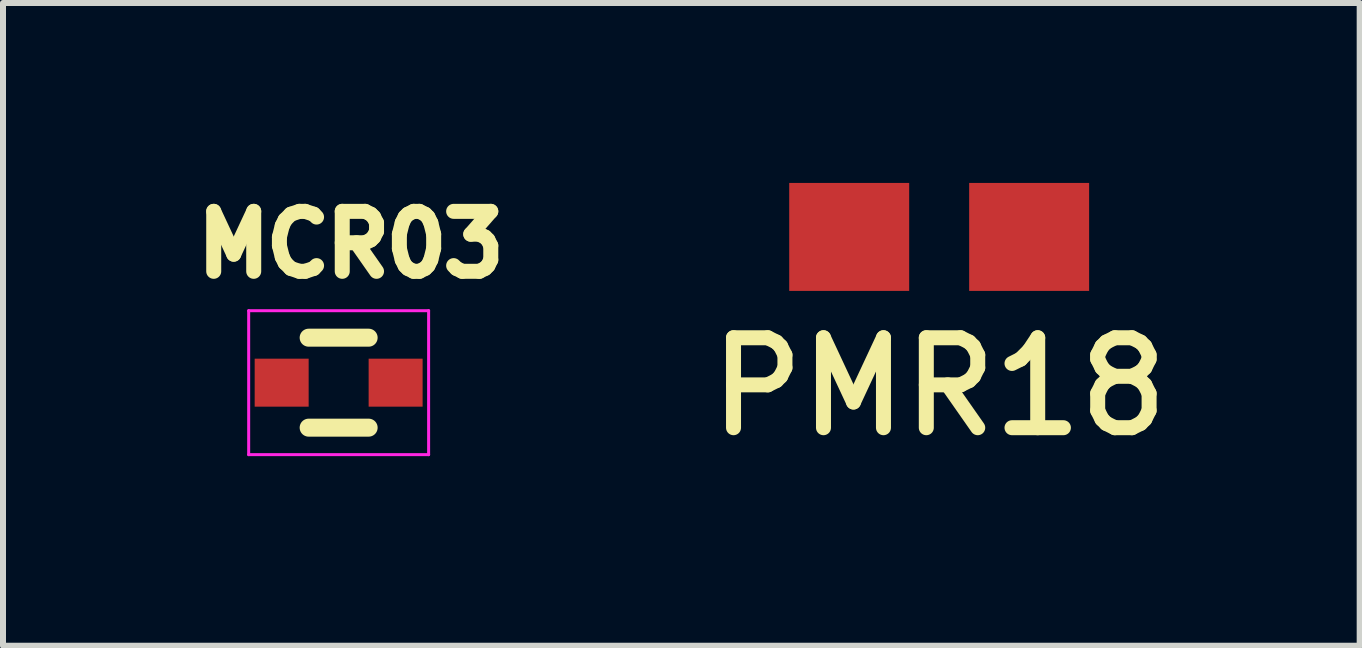
<source format=kicad_pcb>
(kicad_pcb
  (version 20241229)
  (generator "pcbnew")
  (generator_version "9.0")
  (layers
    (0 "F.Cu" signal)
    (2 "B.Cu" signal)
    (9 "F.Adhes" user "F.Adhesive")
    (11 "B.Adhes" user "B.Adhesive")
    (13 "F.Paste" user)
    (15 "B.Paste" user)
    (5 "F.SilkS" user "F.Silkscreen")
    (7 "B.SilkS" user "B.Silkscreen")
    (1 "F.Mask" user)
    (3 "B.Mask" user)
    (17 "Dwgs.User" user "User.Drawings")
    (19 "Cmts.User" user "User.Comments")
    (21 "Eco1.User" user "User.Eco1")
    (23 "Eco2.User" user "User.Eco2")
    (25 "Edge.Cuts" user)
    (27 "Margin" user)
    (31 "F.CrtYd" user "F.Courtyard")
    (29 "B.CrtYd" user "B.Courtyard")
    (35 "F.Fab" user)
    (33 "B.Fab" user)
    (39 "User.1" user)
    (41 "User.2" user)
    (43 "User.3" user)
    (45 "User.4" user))
  (footprint "PMR18"
    (layer "F.Cu")
    (at 12.608 0.9)
    (property "Reference" "PMR18" (at 0 2.5 0) (layer "F.SilkS") (effects (font (size 1.5 1.5) (thickness 0.25))))
    (attr through_hole)
    (pad "1" smd rect (at -1.5 0) (size 2 1.8) (layers "F.Cu" "F.Mask" "F.Paste"))
    (pad "2" smd rect (at 1.5 0) (size 2 1.8) (layers "F.Cu" "F.Mask" "F.Paste")))
  (footprint "MCR03"
    (layer "F.Cu")
    (at 2.596 3.33)
    (property "Reference" "MCR03" (at 0.203 -2.306 0) (layer "F.SilkS") (effects (font (size 1 1) (thickness 0.25))))
    (attr smd)
    (fp_line (start -0.5 -0.75) (end 0.5 -0.75) (stroke (width 0.3) (type solid)) (layer "F.SilkS"))
    (fp_line (start 0.5 0.75) (end -0.5 0.75) (stroke (width 0.3) (type solid)) (layer "F.SilkS"))
    (fp_line (start -1.5 -1.2) (end -1.5 1.2) (stroke (width 0.05) (type solid)) (layer "F.CrtYd"))
    (fp_line (start -1.5 -1.2) (end 1.5 -1.2) (stroke (width 0.05) (type solid)) (layer "F.CrtYd"))
    (fp_line (start -1.5 1.2) (end 1.5 1.2) (stroke (width 0.05) (type solid)) (layer "F.CrtYd"))
    (fp_line (start 1.5 -1.2) (end 1.5 1.2) (stroke (width 0.05) (type solid)) (layer "F.CrtYd"))
    (pad "1" smd rect (at -0.95 0) (size 0.9 0.8) (layers "F.Cu" "F.Mask" "F.Paste"))
    (pad "2" smd rect (at 0.95 0) (size 0.9 0.8) (layers "F.Cu" "F.Mask" "F.Paste")))
  (gr_rect
    (start -3 -3)
    (end 19.619 7.716)
    (stroke (width 0.1) (type default))
    (fill no)
    (layer "Edge.Cuts")))
</source>
